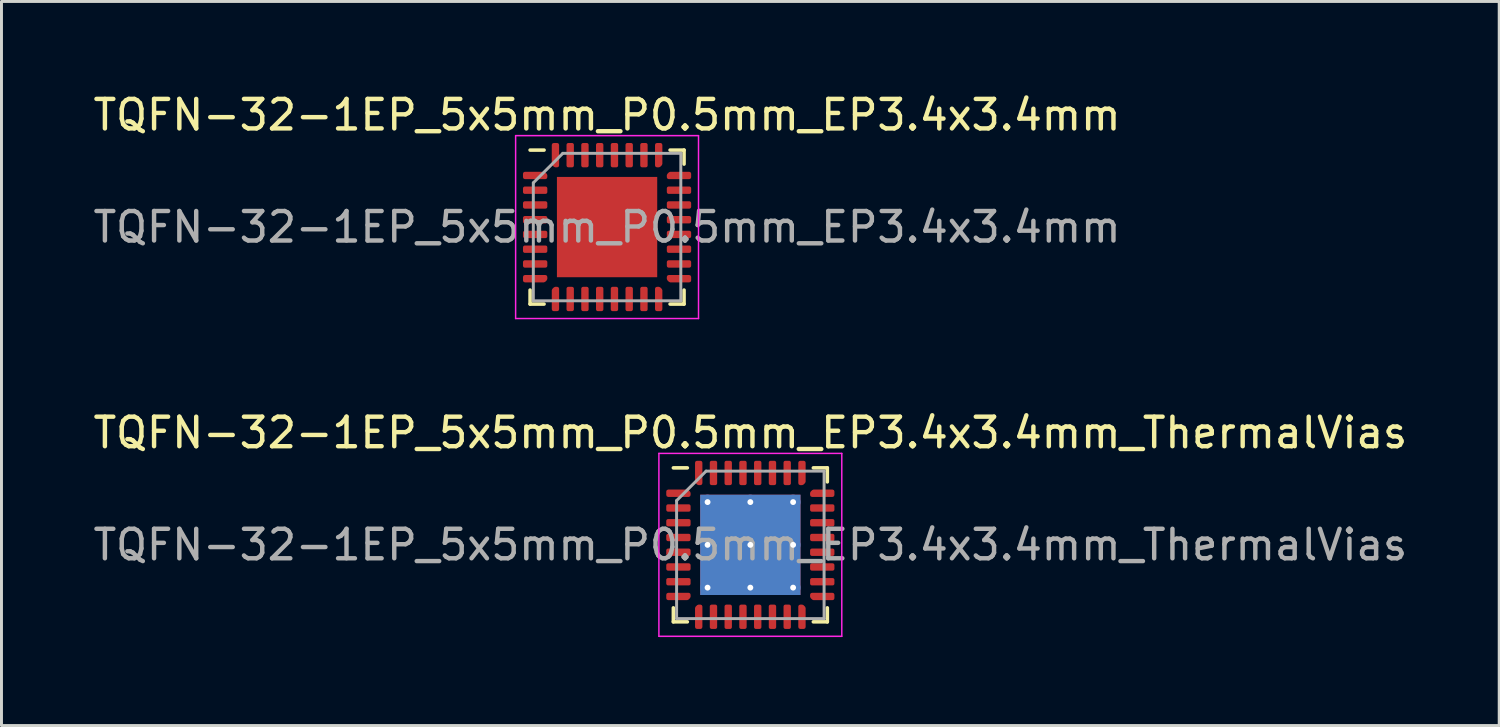
<source format=kicad_pcb>
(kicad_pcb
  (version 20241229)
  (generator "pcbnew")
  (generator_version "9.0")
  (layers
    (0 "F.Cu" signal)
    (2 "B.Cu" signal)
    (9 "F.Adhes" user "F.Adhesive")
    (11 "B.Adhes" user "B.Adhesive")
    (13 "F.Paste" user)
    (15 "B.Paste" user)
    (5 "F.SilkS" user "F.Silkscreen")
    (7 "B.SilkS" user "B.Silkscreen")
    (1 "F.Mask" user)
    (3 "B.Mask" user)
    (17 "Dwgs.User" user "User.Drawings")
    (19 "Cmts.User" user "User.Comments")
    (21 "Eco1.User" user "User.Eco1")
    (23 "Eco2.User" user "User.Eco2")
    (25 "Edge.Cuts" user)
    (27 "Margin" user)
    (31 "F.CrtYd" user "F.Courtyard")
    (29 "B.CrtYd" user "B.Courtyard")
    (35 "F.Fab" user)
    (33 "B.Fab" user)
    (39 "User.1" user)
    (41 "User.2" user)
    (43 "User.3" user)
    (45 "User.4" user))
  (footprint "TQFN-32-1EP_5x5mm_P0.5mm_EP3.4x3.4mm_ThermalVias"
    (layer "F.Cu")
    (at 22.387 15.421)
    (property "Reference" "TQFN-32-1EP_5x5mm_P0.5mm_EP3.4x3.4mm_ThermalVias" (at 0 -3.8 0) (layer "F.SilkS") (effects (font (size 1 1) (thickness 0.15))))
    (attr smd)
    (fp_line (start -2.61 2.61) (end -2.61 2.135) (stroke (width 0.12) (type solid)) (layer "F.SilkS"))
    (fp_line (start -2.135 -2.61) (end -2.61 -2.61) (stroke (width 0.12) (type solid)) (layer "F.SilkS"))
    (fp_line (start -2.135 2.61) (end -2.61 2.61) (stroke (width 0.12) (type solid)) (layer "F.SilkS"))
    (fp_line (start 2.135 -2.61) (end 2.61 -2.61) (stroke (width 0.12) (type solid)) (layer "F.SilkS"))
    (fp_line (start 2.135 2.61) (end 2.61 2.61) (stroke (width 0.12) (type solid)) (layer "F.SilkS"))
    (fp_line (start 2.61 -2.61) (end 2.61 -2.135) (stroke (width 0.12) (type solid)) (layer "F.SilkS"))
    (fp_line (start 2.61 2.61) (end 2.61 2.135) (stroke (width 0.12) (type solid)) (layer "F.SilkS"))
    (fp_line (start -3.1 -3.1) (end -3.1 3.1) (stroke (width 0.05) (type solid)) (layer "F.CrtYd"))
    (fp_line (start -3.1 3.1) (end 3.1 3.1) (stroke (width 0.05) (type solid)) (layer "F.CrtYd"))
    (fp_line (start 3.1 -3.1) (end -3.1 -3.1) (stroke (width 0.05) (type solid)) (layer "F.CrtYd"))
    (fp_line (start 3.1 3.1) (end 3.1 -3.1) (stroke (width 0.05) (type solid)) (layer "F.CrtYd"))
    (fp_line (start -2.5 -1.5) (end -1.5 -2.5) (stroke (width 0.1) (type solid)) (layer "F.Fab"))
    (fp_line (start -2.5 2.5) (end -2.5 -1.5) (stroke (width 0.1) (type solid)) (layer "F.Fab"))
    (fp_line (start -1.5 -2.5) (end 2.5 -2.5) (stroke (width 0.1) (type solid)) (layer "F.Fab"))
    (fp_line (start 2.5 -2.5) (end 2.5 2.5) (stroke (width 0.1) (type solid)) (layer "F.Fab"))
    (fp_line (start 2.5 2.5) (end -2.5 2.5) (stroke (width 0.1) (type solid)) (layer "F.Fab"))
    (fp_text user "${REFERENCE}" (at 0 0 0) (layer "F.Fab") (effects (font (size 1 1) (thickness 0.15))))
    (pad "" smd roundrect (at -0.85 -0.85) (size 1.47 1.47) (layers "F.Paste") (roundrect_rratio 0.17))
    (pad "" smd roundrect (at -0.85 0.85) (size 1.47 1.47) (layers "F.Paste") (roundrect_rratio 0.17))
    (pad "" smd roundrect (at 0.85 -0.85) (size 1.47 1.47) (layers "F.Paste") (roundrect_rratio 0.17))
    (pad "" smd roundrect (at 0.85 0.85) (size 1.47 1.47) (layers "F.Paste") (roundrect_rratio 0.17))
    (pad "1" smd custom (at -2.438 -1.75) (size 0.186 0.186) (layers "F.Cu" "F.Mask" "F.Paste") (options (anchor circle)) (primitives (gr_poly (pts (xy -0.35 -0.062) (xy 0.297 -0.062) (xy 0.35 -0.009) (xy 0.35 0.062) (xy -0.35 0.062)) (width 0.125) (fill yes))))
    (pad "2" smd roundrect (at -2.438 -1.25) (size 0.825 0.25) (layers "F.Cu" "F.Mask" "F.Paste") (roundrect_rratio 0.25))
    (pad "3" smd roundrect (at -2.438 -0.75) (size 0.825 0.25) (layers "F.Cu" "F.Mask" "F.Paste") (roundrect_rratio 0.25))
    (pad "4" smd roundrect (at -2.438 -0.25) (size 0.825 0.25) (layers "F.Cu" "F.Mask" "F.Paste") (roundrect_rratio 0.25))
    (pad "5" smd roundrect (at -2.438 0.25) (size 0.825 0.25) (layers "F.Cu" "F.Mask" "F.Paste") (roundrect_rratio 0.25))
    (pad "6" smd roundrect (at -2.438 0.75) (size 0.825 0.25) (layers "F.Cu" "F.Mask" "F.Paste") (roundrect_rratio 0.25))
    (pad "7" smd roundrect (at -2.438 1.25) (size 0.825 0.25) (layers "F.Cu" "F.Mask" "F.Paste") (roundrect_rratio 0.25))
    (pad "8" smd custom (at -2.438 1.75) (size 0.186 0.186) (layers "F.Cu" "F.Mask" "F.Paste") (options (anchor circle)) (primitives (gr_poly (pts (xy -0.35 -0.062) (xy 0.35 -0.062) (xy 0.35 0.009) (xy 0.297 0.062) (xy -0.35 0.062)) (width 0.125) (fill yes))))
    (pad "9" smd custom (at -1.75 2.438) (size 0.186 0.186) (layers "F.Cu" "F.Mask" "F.Paste") (options (anchor circle)) (primitives (gr_poly (pts (xy -0.062 -0.297) (xy -0.009 -0.35) (xy 0.062 -0.35) (xy 0.062 0.35) (xy -0.062 0.35)) (width 0.125) (fill yes))))
    (pad "10" smd roundrect (at -1.25 2.438) (size 0.25 0.825) (layers "F.Cu" "F.Mask" "F.Paste") (roundrect_rratio 0.25))
    (pad "11" smd roundrect (at -0.75 2.438) (size 0.25 0.825) (layers "F.Cu" "F.Mask" "F.Paste") (roundrect_rratio 0.25))
    (pad "12" smd roundrect (at -0.25 2.438) (size 0.25 0.825) (layers "F.Cu" "F.Mask" "F.Paste") (roundrect_rratio 0.25))
    (pad "13" smd roundrect (at 0.25 2.438) (size 0.25 0.825) (layers "F.Cu" "F.Mask" "F.Paste") (roundrect_rratio 0.25))
    (pad "14" smd roundrect (at 0.75 2.438) (size 0.25 0.825) (layers "F.Cu" "F.Mask" "F.Paste") (roundrect_rratio 0.25))
    (pad "15" smd roundrect (at 1.25 2.438) (size 0.25 0.825) (layers "F.Cu" "F.Mask" "F.Paste") (roundrect_rratio 0.25))
    (pad "16" smd custom (at 1.75 2.438) (size 0.186 0.186) (layers "F.Cu" "F.Mask" "F.Paste") (options (anchor circle)) (primitives (gr_poly (pts (xy -0.062 -0.35) (xy 0.009 -0.35) (xy 0.062 -0.297) (xy 0.062 0.35) (xy -0.062 0.35)) (width 0.125) (fill yes))))
    (pad "17" smd custom (at 2.438 1.75) (size 0.186 0.186) (layers "F.Cu" "F.Mask" "F.Paste") (options (anchor circle)) (primitives (gr_poly (pts (xy -0.35 -0.062) (xy 0.35 -0.062) (xy 0.35 0.062) (xy -0.297 0.062) (xy -0.35 0.009)) (width 0.125) (fill yes))))
    (pad "18" smd roundrect (at 2.438 1.25) (size 0.825 0.25) (layers "F.Cu" "F.Mask" "F.Paste") (roundrect_rratio 0.25))
    (pad "19" smd roundrect (at 2.438 0.75) (size 0.825 0.25) (layers "F.Cu" "F.Mask" "F.Paste") (roundrect_rratio 0.25))
    (pad "20" smd roundrect (at 2.438 0.25) (size 0.825 0.25) (layers "F.Cu" "F.Mask" "F.Paste") (roundrect_rratio 0.25))
    (pad "21" smd roundrect (at 2.438 -0.25) (size 0.825 0.25) (layers "F.Cu" "F.Mask" "F.Paste") (roundrect_rratio 0.25))
    (pad "22" smd roundrect (at 2.438 -0.75) (size 0.825 0.25) (layers "F.Cu" "F.Mask" "F.Paste") (roundrect_rratio 0.25))
    (pad "23" smd roundrect (at 2.438 -1.25) (size 0.825 0.25) (layers "F.Cu" "F.Mask" "F.Paste") (roundrect_rratio 0.25))
    (pad "24" smd custom (at 2.438 -1.75) (size 0.186 0.186) (layers "F.Cu" "F.Mask" "F.Paste") (options (anchor circle)) (primitives (gr_poly (pts (xy -0.35 -0.009) (xy -0.297 -0.062) (xy 0.35 -0.062) (xy 0.35 0.062) (xy -0.35 0.062)) (width 0.125) (fill yes))))
    (pad "25" smd custom (at 1.75 -2.438) (size 0.186 0.186) (layers "F.Cu" "F.Mask" "F.Paste") (options (anchor circle)) (primitives (gr_poly (pts (xy -0.062 -0.35) (xy 0.062 -0.35) (xy 0.062 0.297) (xy 0.009 0.35) (xy -0.062 0.35)) (width 0.125) (fill yes))))
    (pad "26" smd roundrect (at 1.25 -2.438) (size 0.25 0.825) (layers "F.Cu" "F.Mask" "F.Paste") (roundrect_rratio 0.25))
    (pad "27" smd roundrect (at 0.75 -2.438) (size 0.25 0.825) (layers "F.Cu" "F.Mask" "F.Paste") (roundrect_rratio 0.25))
    (pad "28" smd roundrect (at 0.25 -2.438) (size 0.25 0.825) (layers "F.Cu" "F.Mask" "F.Paste") (roundrect_rratio 0.25))
    (pad "29" smd roundrect (at -0.25 -2.438) (size 0.25 0.825) (layers "F.Cu" "F.Mask" "F.Paste") (roundrect_rratio 0.25))
    (pad "30" smd roundrect (at -0.75 -2.438) (size 0.25 0.825) (layers "F.Cu" "F.Mask" "F.Paste") (roundrect_rratio 0.25))
    (pad "31" smd roundrect (at -1.25 -2.438) (size 0.25 0.825) (layers "F.Cu" "F.Mask" "F.Paste") (roundrect_rratio 0.25))
    (pad "32" smd custom (at -1.75 -2.438) (size 0.186 0.186) (layers "F.Cu" "F.Mask" "F.Paste") (options (anchor circle)) (primitives (gr_poly (pts (xy -0.062 -0.35) (xy 0.062 -0.35) (xy 0.062 0.35) (xy -0.009 0.35) (xy -0.062 0.297)) (width 0.125) (fill yes))))
    (pad "33" thru_hole circle (at -1.45 -1.45) (size 0.5 0.5) (drill 0.2) (layers "*.Cu"))
    (pad "33" thru_hole circle (at -1.45 0) (size 0.5 0.5) (drill 0.2) (layers "*.Cu"))
    (pad "33" thru_hole circle (at -1.45 1.45) (size 0.5 0.5) (drill 0.2) (layers "*.Cu"))
    (pad "33" thru_hole circle (at 0 -1.45) (size 0.5 0.5) (drill 0.2) (layers "*.Cu"))
    (pad "33" thru_hole circle (at 0 0) (size 0.5 0.5) (drill 0.2) (layers "*.Cu"))
    (pad "33" smd rect (at 0 0) (size 3.4 3.4) (layers "F.Cu" "F.Mask"))
    (pad "33" smd rect (at 0 0) (size 3.4 3.4) (layers "B.Cu"))
    (pad "33" thru_hole circle (at 0 1.45) (size 0.5 0.5) (drill 0.2) (layers "*.Cu"))
    (pad "33" thru_hole circle (at 1.45 -1.45) (size 0.5 0.5) (drill 0.2) (layers "*.Cu"))
    (pad "33" thru_hole circle (at 1.45 0) (size 0.5 0.5) (drill 0.2) (layers "*.Cu"))
    (pad "33" thru_hole circle (at 1.45 1.45) (size 0.5 0.5) (drill 0.2) (layers "*.Cu")))
  (footprint "TQFN-32-1EP_5x5mm_P0.5mm_EP3.4x3.4mm"
    (layer "F.Cu")
    (at 17.53 4.648)
    (property "Reference" "TQFN-32-1EP_5x5mm_P0.5mm_EP3.4x3.4mm" (at 0 -3.8 0) (layer "F.SilkS") (effects (font (size 1 1) (thickness 0.15))))
    (attr smd)
    (fp_line (start -2.61 2.61) (end -2.61 2.135) (stroke (width 0.12) (type solid)) (layer "F.SilkS"))
    (fp_line (start -2.135 -2.61) (end -2.61 -2.61) (stroke (width 0.12) (type solid)) (layer "F.SilkS"))
    (fp_line (start -2.135 2.61) (end -2.61 2.61) (stroke (width 0.12) (type solid)) (layer "F.SilkS"))
    (fp_line (start 2.135 -2.61) (end 2.61 -2.61) (stroke (width 0.12) (type solid)) (layer "F.SilkS"))
    (fp_line (start 2.135 2.61) (end 2.61 2.61) (stroke (width 0.12) (type solid)) (layer "F.SilkS"))
    (fp_line (start 2.61 -2.61) (end 2.61 -2.135) (stroke (width 0.12) (type solid)) (layer "F.SilkS"))
    (fp_line (start 2.61 2.61) (end 2.61 2.135) (stroke (width 0.12) (type solid)) (layer "F.SilkS"))
    (fp_line (start -3.1 -3.1) (end -3.1 3.1) (stroke (width 0.05) (type solid)) (layer "F.CrtYd"))
    (fp_line (start -3.1 3.1) (end 3.1 3.1) (stroke (width 0.05) (type solid)) (layer "F.CrtYd"))
    (fp_line (start 3.1 -3.1) (end -3.1 -3.1) (stroke (width 0.05) (type solid)) (layer "F.CrtYd"))
    (fp_line (start 3.1 3.1) (end 3.1 -3.1) (stroke (width 0.05) (type solid)) (layer "F.CrtYd"))
    (fp_line (start -2.5 -1.5) (end -1.5 -2.5) (stroke (width 0.1) (type solid)) (layer "F.Fab"))
    (fp_line (start -2.5 2.5) (end -2.5 -1.5) (stroke (width 0.1) (type solid)) (layer "F.Fab"))
    (fp_line (start -1.5 -2.5) (end 2.5 -2.5) (stroke (width 0.1) (type solid)) (layer "F.Fab"))
    (fp_line (start 2.5 -2.5) (end 2.5 2.5) (stroke (width 0.1) (type solid)) (layer "F.Fab"))
    (fp_line (start 2.5 2.5) (end -2.5 2.5) (stroke (width 0.1) (type solid)) (layer "F.Fab"))
    (fp_text user "${REFERENCE}" (at 0 0 0) (layer "F.Fab") (effects (font (size 1 1) (thickness 0.15))))
    (pad "" smd roundrect (at -0.85 -0.85) (size 1.37 1.37) (layers "F.Paste") (roundrect_rratio 0.182))
    (pad "" smd roundrect (at -0.85 0.85) (size 1.37 1.37) (layers "F.Paste") (roundrect_rratio 0.182))
    (pad "" smd roundrect (at 0.85 -0.85) (size 1.37 1.37) (layers "F.Paste") (roundrect_rratio 0.182))
    (pad "" smd roundrect (at 0.85 0.85) (size 1.37 1.37) (layers "F.Paste") (roundrect_rratio 0.182))
    (pad "1" smd custom (at -2.438 -1.75) (size 0.186 0.186) (layers "F.Cu" "F.Mask" "F.Paste") (options (anchor circle)) (primitives (gr_poly (pts (xy -0.35 -0.062) (xy 0.297 -0.062) (xy 0.35 -0.009) (xy 0.35 0.062) (xy -0.35 0.062)) (width 0.125) (fill yes))))
    (pad "2" smd roundrect (at -2.438 -1.25) (size 0.825 0.25) (layers "F.Cu" "F.Mask" "F.Paste") (roundrect_rratio 0.25))
    (pad "3" smd roundrect (at -2.438 -0.75) (size 0.825 0.25) (layers "F.Cu" "F.Mask" "F.Paste") (roundrect_rratio 0.25))
    (pad "4" smd roundrect (at -2.438 -0.25) (size 0.825 0.25) (layers "F.Cu" "F.Mask" "F.Paste") (roundrect_rratio 0.25))
    (pad "5" smd roundrect (at -2.438 0.25) (size 0.825 0.25) (layers "F.Cu" "F.Mask" "F.Paste") (roundrect_rratio 0.25))
    (pad "6" smd roundrect (at -2.438 0.75) (size 0.825 0.25) (layers "F.Cu" "F.Mask" "F.Paste") (roundrect_rratio 0.25))
    (pad "7" smd roundrect (at -2.438 1.25) (size 0.825 0.25) (layers "F.Cu" "F.Mask" "F.Paste") (roundrect_rratio 0.25))
    (pad "8" smd custom (at -2.438 1.75) (size 0.186 0.186) (layers "F.Cu" "F.Mask" "F.Paste") (options (anchor circle)) (primitives (gr_poly (pts (xy -0.35 -0.062) (xy 0.35 -0.062) (xy 0.35 0.009) (xy 0.297 0.062) (xy -0.35 0.062)) (width 0.125) (fill yes))))
    (pad "9" smd custom (at -1.75 2.438) (size 0.186 0.186) (layers "F.Cu" "F.Mask" "F.Paste") (options (anchor circle)) (primitives (gr_poly (pts (xy -0.062 -0.297) (xy -0.009 -0.35) (xy 0.062 -0.35) (xy 0.062 0.35) (xy -0.062 0.35)) (width 0.125) (fill yes))))
    (pad "10" smd roundrect (at -1.25 2.438) (size 0.25 0.825) (layers "F.Cu" "F.Mask" "F.Paste") (roundrect_rratio 0.25))
    (pad "11" smd roundrect (at -0.75 2.438) (size 0.25 0.825) (layers "F.Cu" "F.Mask" "F.Paste") (roundrect_rratio 0.25))
    (pad "12" smd roundrect (at -0.25 2.438) (size 0.25 0.825) (layers "F.Cu" "F.Mask" "F.Paste") (roundrect_rratio 0.25))
    (pad "13" smd roundrect (at 0.25 2.438) (size 0.25 0.825) (layers "F.Cu" "F.Mask" "F.Paste") (roundrect_rratio 0.25))
    (pad "14" smd roundrect (at 0.75 2.438) (size 0.25 0.825) (layers "F.Cu" "F.Mask" "F.Paste") (roundrect_rratio 0.25))
    (pad "15" smd roundrect (at 1.25 2.438) (size 0.25 0.825) (layers "F.Cu" "F.Mask" "F.Paste") (roundrect_rratio 0.25))
    (pad "16" smd custom (at 1.75 2.438) (size 0.186 0.186) (layers "F.Cu" "F.Mask" "F.Paste") (options (anchor circle)) (primitives (gr_poly (pts (xy -0.062 -0.35) (xy 0.009 -0.35) (xy 0.062 -0.297) (xy 0.062 0.35) (xy -0.062 0.35)) (width 0.125) (fill yes))))
    (pad "17" smd custom (at 2.438 1.75) (size 0.186 0.186) (layers "F.Cu" "F.Mask" "F.Paste") (options (anchor circle)) (primitives (gr_poly (pts (xy -0.35 -0.062) (xy 0.35 -0.062) (xy 0.35 0.062) (xy -0.297 0.062) (xy -0.35 0.009)) (width 0.125) (fill yes))))
    (pad "18" smd roundrect (at 2.438 1.25) (size 0.825 0.25) (layers "F.Cu" "F.Mask" "F.Paste") (roundrect_rratio 0.25))
    (pad "19" smd roundrect (at 2.438 0.75) (size 0.825 0.25) (layers "F.Cu" "F.Mask" "F.Paste") (roundrect_rratio 0.25))
    (pad "20" smd roundrect (at 2.438 0.25) (size 0.825 0.25) (layers "F.Cu" "F.Mask" "F.Paste") (roundrect_rratio 0.25))
    (pad "21" smd roundrect (at 2.438 -0.25) (size 0.825 0.25) (layers "F.Cu" "F.Mask" "F.Paste") (roundrect_rratio 0.25))
    (pad "22" smd roundrect (at 2.438 -0.75) (size 0.825 0.25) (layers "F.Cu" "F.Mask" "F.Paste") (roundrect_rratio 0.25))
    (pad "23" smd roundrect (at 2.438 -1.25) (size 0.825 0.25) (layers "F.Cu" "F.Mask" "F.Paste") (roundrect_rratio 0.25))
    (pad "24" smd custom (at 2.438 -1.75) (size 0.186 0.186) (layers "F.Cu" "F.Mask" "F.Paste") (options (anchor circle)) (primitives (gr_poly (pts (xy -0.35 -0.009) (xy -0.297 -0.062) (xy 0.35 -0.062) (xy 0.35 0.062) (xy -0.35 0.062)) (width 0.125) (fill yes))))
    (pad "25" smd custom (at 1.75 -2.438) (size 0.186 0.186) (layers "F.Cu" "F.Mask" "F.Paste") (options (anchor circle)) (primitives (gr_poly (pts (xy -0.062 -0.35) (xy 0.062 -0.35) (xy 0.062 0.297) (xy 0.009 0.35) (xy -0.062 0.35)) (width 0.125) (fill yes))))
    (pad "26" smd roundrect (at 1.25 -2.438) (size 0.25 0.825) (layers "F.Cu" "F.Mask" "F.Paste") (roundrect_rratio 0.25))
    (pad "27" smd roundrect (at 0.75 -2.438) (size 0.25 0.825) (layers "F.Cu" "F.Mask" "F.Paste") (roundrect_rratio 0.25))
    (pad "28" smd roundrect (at 0.25 -2.438) (size 0.25 0.825) (layers "F.Cu" "F.Mask" "F.Paste") (roundrect_rratio 0.25))
    (pad "29" smd roundrect (at -0.25 -2.438) (size 0.25 0.825) (layers "F.Cu" "F.Mask" "F.Paste") (roundrect_rratio 0.25))
    (pad "30" smd roundrect (at -0.75 -2.438) (size 0.25 0.825) (layers "F.Cu" "F.Mask" "F.Paste") (roundrect_rratio 0.25))
    (pad "31" smd roundrect (at -1.25 -2.438) (size 0.25 0.825) (layers "F.Cu" "F.Mask" "F.Paste") (roundrect_rratio 0.25))
    (pad "32" smd custom (at -1.75 -2.438) (size 0.186 0.186) (layers "F.Cu" "F.Mask" "F.Paste") (options (anchor circle)) (primitives (gr_poly (pts (xy -0.062 -0.35) (xy 0.062 -0.35) (xy 0.062 0.35) (xy -0.009 0.35) (xy -0.062 0.297)) (width 0.125) (fill yes))))
    (pad "33" smd rect (at 0 0) (size 3.4 3.4) (layers "F.Cu" "F.Mask")))
  (gr_rect
    (start -3 -3)
    (end 47.774 21.547)
    (stroke (width 0.1) (type default))
    (fill no)
    (layer "Edge.Cuts")))
</source>
